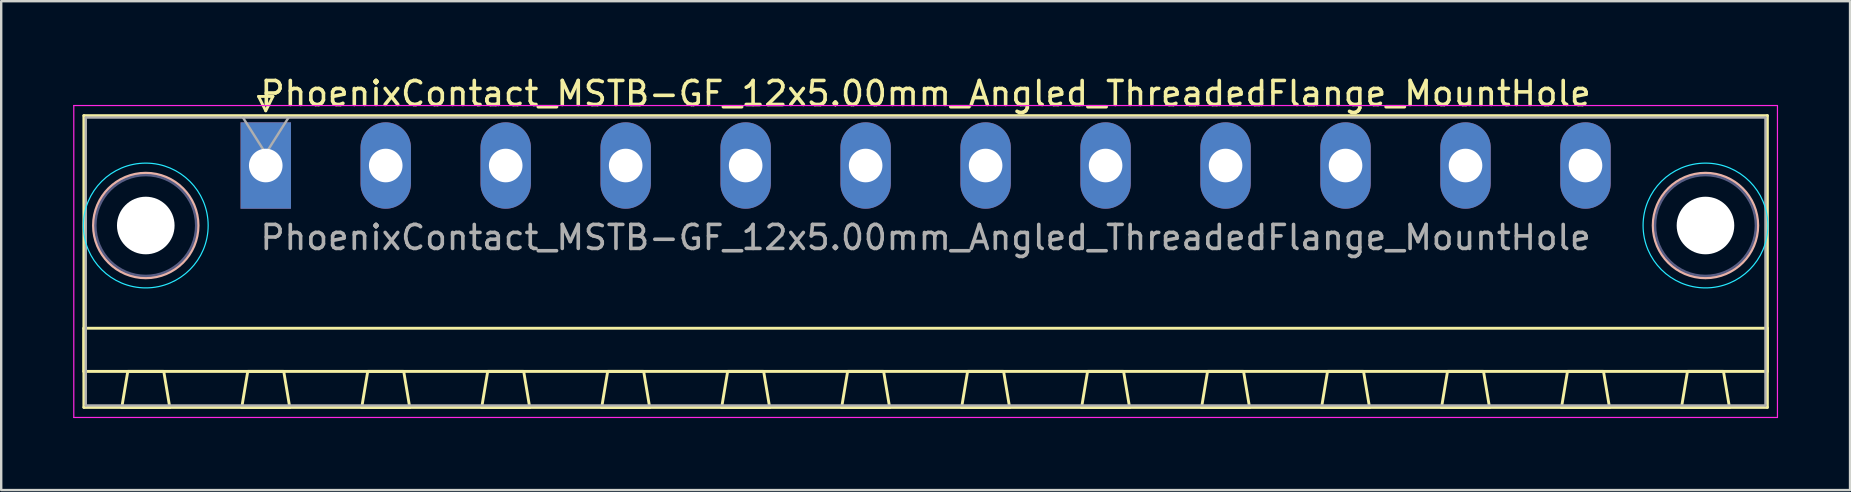
<source format=kicad_pcb>
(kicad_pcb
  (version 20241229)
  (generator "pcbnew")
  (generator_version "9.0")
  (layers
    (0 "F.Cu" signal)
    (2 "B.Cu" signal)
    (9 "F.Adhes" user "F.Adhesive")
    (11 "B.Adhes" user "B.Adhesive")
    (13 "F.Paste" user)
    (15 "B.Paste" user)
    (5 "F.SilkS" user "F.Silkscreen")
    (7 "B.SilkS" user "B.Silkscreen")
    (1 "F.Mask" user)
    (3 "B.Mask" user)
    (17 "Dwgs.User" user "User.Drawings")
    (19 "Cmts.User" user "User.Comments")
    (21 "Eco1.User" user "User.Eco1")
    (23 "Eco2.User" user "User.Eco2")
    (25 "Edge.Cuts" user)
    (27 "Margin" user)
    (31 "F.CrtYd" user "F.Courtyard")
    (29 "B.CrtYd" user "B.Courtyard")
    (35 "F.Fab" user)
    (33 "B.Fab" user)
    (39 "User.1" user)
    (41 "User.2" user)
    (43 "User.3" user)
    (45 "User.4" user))
  (footprint "PhoenixContact_MSTB-GF_12x5.00mm_Angled_ThreadedFlange_MountHole"
    (layer "F.Cu")
    (at 8.025 3.848)
    (property "Reference" "PhoenixContact_MSTB-GF_12x5.00mm_Angled_ThreadedFlange_MountHole" (at 27.5 -3 0) (layer "F.SilkS") (effects (font (size 1 1) (thickness 0.15))))
    (attr through_hole)
    (fp_line (start -7.58 -2.08) (end -7.58 10.08) (stroke (width 0.12) (type solid)) (layer "F.SilkS"))
    (fp_line (start -7.58 6.78) (end 62.58 6.78) (stroke (width 0.12) (type solid)) (layer "F.SilkS"))
    (fp_line (start -7.58 8.58) (end -7.58 6.78) (stroke (width 0.12) (type solid)) (layer "F.SilkS"))
    (fp_line (start -7.58 10.08) (end 62.58 10.08) (stroke (width 0.12) (type solid)) (layer "F.SilkS"))
    (fp_line (start -6 10.08) (end -4 10.08) (stroke (width 0.12) (type solid)) (layer "F.SilkS"))
    (fp_line (start -5.75 8.58) (end -6 10.08) (stroke (width 0.12) (type solid)) (layer "F.SilkS"))
    (fp_line (start -4.25 8.58) (end -5.75 8.58) (stroke (width 0.12) (type solid)) (layer "F.SilkS"))
    (fp_line (start -4 10.08) (end -4.25 8.58) (stroke (width 0.12) (type solid)) (layer "F.SilkS"))
    (fp_line (start -1 10.08) (end 1 10.08) (stroke (width 0.12) (type solid)) (layer "F.SilkS"))
    (fp_line (start -0.75 8.58) (end -1 10.08) (stroke (width 0.12) (type solid)) (layer "F.SilkS"))
    (fp_line (start -0.3 -2.88) (end 0.3 -2.88) (stroke (width 0.12) (type solid)) (layer "F.SilkS"))
    (fp_line (start 0 -2.28) (end -0.3 -2.88) (stroke (width 0.12) (type solid)) (layer "F.SilkS"))
    (fp_line (start 0.3 -2.88) (end 0 -2.28) (stroke (width 0.12) (type solid)) (layer "F.SilkS"))
    (fp_line (start 0.75 8.58) (end -0.75 8.58) (stroke (width 0.12) (type solid)) (layer "F.SilkS"))
    (fp_line (start 1 10.08) (end 0.75 8.58) (stroke (width 0.12) (type solid)) (layer "F.SilkS"))
    (fp_line (start 4 10.08) (end 6 10.08) (stroke (width 0.12) (type solid)) (layer "F.SilkS"))
    (fp_line (start 4.25 8.58) (end 4 10.08) (stroke (width 0.12) (type solid)) (layer "F.SilkS"))
    (fp_line (start 5.75 8.58) (end 4.25 8.58) (stroke (width 0.12) (type solid)) (layer "F.SilkS"))
    (fp_line (start 6 10.08) (end 5.75 8.58) (stroke (width 0.12) (type solid)) (layer "F.SilkS"))
    (fp_line (start 9 10.08) (end 11 10.08) (stroke (width 0.12) (type solid)) (layer "F.SilkS"))
    (fp_line (start 9.25 8.58) (end 9 10.08) (stroke (width 0.12) (type solid)) (layer "F.SilkS"))
    (fp_line (start 10.75 8.58) (end 9.25 8.58) (stroke (width 0.12) (type solid)) (layer "F.SilkS"))
    (fp_line (start 11 10.08) (end 10.75 8.58) (stroke (width 0.12) (type solid)) (layer "F.SilkS"))
    (fp_line (start 14 10.08) (end 16 10.08) (stroke (width 0.12) (type solid)) (layer "F.SilkS"))
    (fp_line (start 14.25 8.58) (end 14 10.08) (stroke (width 0.12) (type solid)) (layer "F.SilkS"))
    (fp_line (start 15.75 8.58) (end 14.25 8.58) (stroke (width 0.12) (type solid)) (layer "F.SilkS"))
    (fp_line (start 16 10.08) (end 15.75 8.58) (stroke (width 0.12) (type solid)) (layer "F.SilkS"))
    (fp_line (start 19 10.08) (end 21 10.08) (stroke (width 0.12) (type solid)) (layer "F.SilkS"))
    (fp_line (start 19.25 8.58) (end 19 10.08) (stroke (width 0.12) (type solid)) (layer "F.SilkS"))
    (fp_line (start 20.75 8.58) (end 19.25 8.58) (stroke (width 0.12) (type solid)) (layer "F.SilkS"))
    (fp_line (start 21 10.08) (end 20.75 8.58) (stroke (width 0.12) (type solid)) (layer "F.SilkS"))
    (fp_line (start 24 10.08) (end 26 10.08) (stroke (width 0.12) (type solid)) (layer "F.SilkS"))
    (fp_line (start 24.25 8.58) (end 24 10.08) (stroke (width 0.12) (type solid)) (layer "F.SilkS"))
    (fp_line (start 25.75 8.58) (end 24.25 8.58) (stroke (width 0.12) (type solid)) (layer "F.SilkS"))
    (fp_line (start 26 10.08) (end 25.75 8.58) (stroke (width 0.12) (type solid)) (layer "F.SilkS"))
    (fp_line (start 29 10.08) (end 31 10.08) (stroke (width 0.12) (type solid)) (layer "F.SilkS"))
    (fp_line (start 29.25 8.58) (end 29 10.08) (stroke (width 0.12) (type solid)) (layer "F.SilkS"))
    (fp_line (start 30.75 8.58) (end 29.25 8.58) (stroke (width 0.12) (type solid)) (layer "F.SilkS"))
    (fp_line (start 31 10.08) (end 30.75 8.58) (stroke (width 0.12) (type solid)) (layer "F.SilkS"))
    (fp_line (start 34 10.08) (end 36 10.08) (stroke (width 0.12) (type solid)) (layer "F.SilkS"))
    (fp_line (start 34.25 8.58) (end 34 10.08) (stroke (width 0.12) (type solid)) (layer "F.SilkS"))
    (fp_line (start 35.75 8.58) (end 34.25 8.58) (stroke (width 0.12) (type solid)) (layer "F.SilkS"))
    (fp_line (start 36 10.08) (end 35.75 8.58) (stroke (width 0.12) (type solid)) (layer "F.SilkS"))
    (fp_line (start 39 10.08) (end 41 10.08) (stroke (width 0.12) (type solid)) (layer "F.SilkS"))
    (fp_line (start 39.25 8.58) (end 39 10.08) (stroke (width 0.12) (type solid)) (layer "F.SilkS"))
    (fp_line (start 40.75 8.58) (end 39.25 8.58) (stroke (width 0.12) (type solid)) (layer "F.SilkS"))
    (fp_line (start 41 10.08) (end 40.75 8.58) (stroke (width 0.12) (type solid)) (layer "F.SilkS"))
    (fp_line (start 44 10.08) (end 46 10.08) (stroke (width 0.12) (type solid)) (layer "F.SilkS"))
    (fp_line (start 44.25 8.58) (end 44 10.08) (stroke (width 0.12) (type solid)) (layer "F.SilkS"))
    (fp_line (start 45.75 8.58) (end 44.25 8.58) (stroke (width 0.12) (type solid)) (layer "F.SilkS"))
    (fp_line (start 46 10.08) (end 45.75 8.58) (stroke (width 0.12) (type solid)) (layer "F.SilkS"))
    (fp_line (start 49 10.08) (end 51 10.08) (stroke (width 0.12) (type solid)) (layer "F.SilkS"))
    (fp_line (start 49.25 8.58) (end 49 10.08) (stroke (width 0.12) (type solid)) (layer "F.SilkS"))
    (fp_line (start 50.75 8.58) (end 49.25 8.58) (stroke (width 0.12) (type solid)) (layer "F.SilkS"))
    (fp_line (start 51 10.08) (end 50.75 8.58) (stroke (width 0.12) (type solid)) (layer "F.SilkS"))
    (fp_line (start 54 10.08) (end 56 10.08) (stroke (width 0.12) (type solid)) (layer "F.SilkS"))
    (fp_line (start 54.25 8.58) (end 54 10.08) (stroke (width 0.12) (type solid)) (layer "F.SilkS"))
    (fp_line (start 55.75 8.58) (end 54.25 8.58) (stroke (width 0.12) (type solid)) (layer "F.SilkS"))
    (fp_line (start 56 10.08) (end 55.75 8.58) (stroke (width 0.12) (type solid)) (layer "F.SilkS"))
    (fp_line (start 59 10.08) (end 61 10.08) (stroke (width 0.12) (type solid)) (layer "F.SilkS"))
    (fp_line (start 59.25 8.58) (end 59 10.08) (stroke (width 0.12) (type solid)) (layer "F.SilkS"))
    (fp_line (start 60.75 8.58) (end 59.25 8.58) (stroke (width 0.12) (type solid)) (layer "F.SilkS"))
    (fp_line (start 61 10.08) (end 60.75 8.58) (stroke (width 0.12) (type solid)) (layer "F.SilkS"))
    (fp_line (start 62.58 -2.08) (end -7.58 -2.08) (stroke (width 0.12) (type solid)) (layer "F.SilkS"))
    (fp_line (start 62.58 6.78) (end 62.58 8.58) (stroke (width 0.12) (type solid)) (layer "F.SilkS"))
    (fp_line (start 62.58 8.58) (end -7.58 8.58) (stroke (width 0.12) (type solid)) (layer "F.SilkS"))
    (fp_line (start 62.58 10.08) (end 62.58 -2.08) (stroke (width 0.12) (type solid)) (layer "F.SilkS"))
    (fp_circle (center -5 2.5) (end -2.82 2.5) (stroke (width 0.12) (type solid)) (fill no) (layer "B.SilkS"))
    (fp_circle (center 60 2.5) (end 62.18 2.5) (stroke (width 0.12) (type solid)) (fill no) (layer "B.SilkS"))
    (fp_circle (center -5 2.5) (end -2.4 2.5) (stroke (width 0.05) (type solid)) (fill no) (layer "B.CrtYd"))
    (fp_circle (center 60 2.5) (end 62.6 2.5) (stroke (width 0.05) (type solid)) (fill no) (layer "B.CrtYd"))
    (fp_line (start -8 -2.5) (end -8 10.5) (stroke (width 0.05) (type solid)) (layer "F.CrtYd"))
    (fp_line (start -8 10.5) (end 63 10.5) (stroke (width 0.05) (type solid)) (layer "F.CrtYd"))
    (fp_line (start 63 -2.5) (end -8 -2.5) (stroke (width 0.05) (type solid)) (layer "F.CrtYd"))
    (fp_line (start 63 10.5) (end 63 -2.5) (stroke (width 0.05) (type solid)) (layer "F.CrtYd"))
    (fp_circle (center -5 2.5) (end -2.9 2.5) (stroke (width 0.1) (type solid)) (fill no) (layer "B.Fab"))
    (fp_circle (center 60 2.5) (end 62.1 2.5) (stroke (width 0.1) (type solid)) (fill no) (layer "B.Fab"))
    (fp_line (start -7.5 -2) (end -7.5 10) (stroke (width 0.1) (type solid)) (layer "F.Fab"))
    (fp_line (start -7.5 10) (end 62.5 10) (stroke (width 0.1) (type solid)) (layer "F.Fab"))
    (fp_line (start 0 -0.5) (end -0.95 -2) (stroke (width 0.1) (type solid)) (layer "F.Fab"))
    (fp_line (start 0.95 -2) (end 0 -0.5) (stroke (width 0.1) (type solid)) (layer "F.Fab"))
    (fp_line (start 62.5 -2) (end -7.5 -2) (stroke (width 0.1) (type solid)) (layer "F.Fab"))
    (fp_line (start 62.5 10) (end 62.5 -2) (stroke (width 0.1) (type solid)) (layer "F.Fab"))
    (fp_text user "${REFERENCE}" (at 27.5 3 0) (layer "F.Fab") (effects (font (size 1 1) (thickness 0.15))))
    (pad "" np_thru_hole circle (at -5 2.5) (size 2.4 2.4) (drill 2.4) (layers "*.Cu" "*.Mask"))
    (pad "" np_thru_hole circle (at 60 2.5) (size 2.4 2.4) (drill 2.4) (layers "*.Cu" "*.Mask"))
    (pad "1" thru_hole rect (at 0 0) (size 2.1 3.6) (drill 1.4) (layers "*.Cu" "*.Mask"))
    (pad "2" thru_hole oval (at 5 0) (size 2.1 3.6) (drill 1.4) (layers "*.Cu" "*.Mask"))
    (pad "3" thru_hole oval (at 10 0) (size 2.1 3.6) (drill 1.4) (layers "*.Cu" "*.Mask"))
    (pad "4" thru_hole oval (at 15 0) (size 2.1 3.6) (drill 1.4) (layers "*.Cu" "*.Mask"))
    (pad "5" thru_hole oval (at 20 0) (size 2.1 3.6) (drill 1.4) (layers "*.Cu" "*.Mask"))
    (pad "6" thru_hole oval (at 25 0) (size 2.1 3.6) (drill 1.4) (layers "*.Cu" "*.Mask"))
    (pad "7" thru_hole oval (at 30 0) (size 2.1 3.6) (drill 1.4) (layers "*.Cu" "*.Mask"))
    (pad "8" thru_hole oval (at 35 0) (size 2.1 3.6) (drill 1.4) (layers "*.Cu" "*.Mask"))
    (pad "9" thru_hole oval (at 40 0) (size 2.1 3.6) (drill 1.4) (layers "*.Cu" "*.Mask"))
    (pad "10" thru_hole oval (at 45 0) (size 2.1 3.6) (drill 1.4) (layers "*.Cu" "*.Mask"))
    (pad "11" thru_hole oval (at 50 0) (size 2.1 3.6) (drill 1.4) (layers "*.Cu" "*.Mask"))
    (pad "12" thru_hole oval (at 55 0) (size 2.1 3.6) (drill 1.4) (layers "*.Cu" "*.Mask")))
  (gr_rect
    (start -3 -3)
    (end 74.05 17.373)
    (stroke (width 0.1) (type default))
    (fill no)
    (layer "Edge.Cuts")))
</source>
